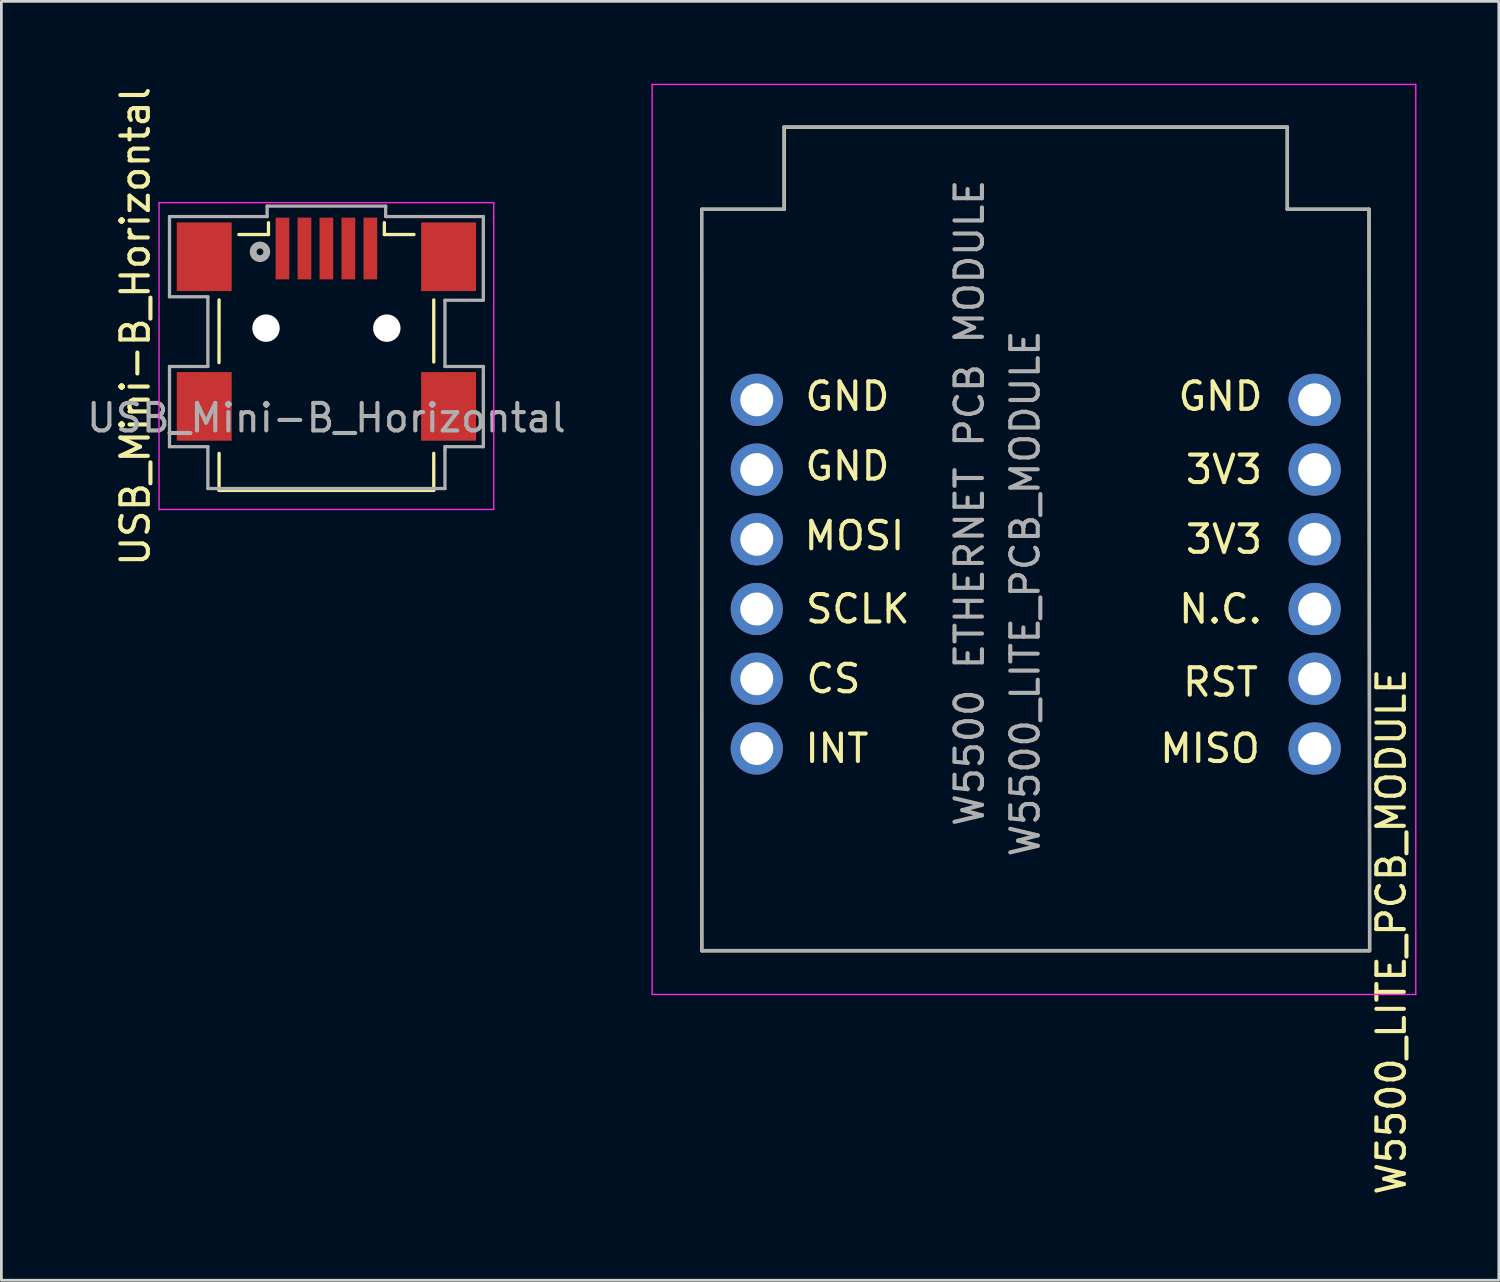
<source format=kicad_pcb>
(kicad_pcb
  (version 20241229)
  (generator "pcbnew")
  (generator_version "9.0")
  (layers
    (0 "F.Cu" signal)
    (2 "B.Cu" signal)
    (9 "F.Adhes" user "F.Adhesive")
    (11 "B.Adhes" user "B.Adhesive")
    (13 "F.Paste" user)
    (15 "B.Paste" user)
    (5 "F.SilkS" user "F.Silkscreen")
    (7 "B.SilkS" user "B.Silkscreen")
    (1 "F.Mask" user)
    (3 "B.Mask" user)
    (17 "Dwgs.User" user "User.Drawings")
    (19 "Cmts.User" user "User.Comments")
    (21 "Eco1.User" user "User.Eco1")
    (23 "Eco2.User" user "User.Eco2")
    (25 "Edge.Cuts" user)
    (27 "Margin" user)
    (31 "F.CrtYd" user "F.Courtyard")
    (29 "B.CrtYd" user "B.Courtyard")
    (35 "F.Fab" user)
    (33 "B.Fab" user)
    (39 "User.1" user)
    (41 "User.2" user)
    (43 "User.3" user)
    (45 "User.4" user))
  (footprint "USB_Mini-B_Horizontal"
    (layer "F.Cu")
    (at 8.839 8.902)
    (property "Reference" "USB_Mini-B_Horizontal" (at -6.96 -0.063 90) (layer "F.SilkS") (effects (font (size 1 1) (thickness 0.15))))
    (attr smd)
    (fp_line (start -3.912 1.258) (end -3.91 -1.028) (stroke (width 0.12) (type solid)) (layer "F.SilkS"))
    (fp_line (start -3.91 5.91) (end -3.91 4.56) (stroke (width 0.12) (type solid)) (layer "F.SilkS"))
    (fp_line (start -3.19 -3.41) (end -2.11 -3.41) (stroke (width 0.12) (type solid)) (layer "F.SilkS"))
    (fp_line (start -2.11 -3.41) (end -2.11 -3.84) (stroke (width 0.12) (type solid)) (layer "F.SilkS"))
    (fp_line (start 2.11 -3.41) (end 2.11 -3.84) (stroke (width 0.12) (type solid)) (layer "F.SilkS"))
    (fp_line (start 2.11 -3.41) (end 3.19 -3.41) (stroke (width 0.12) (type solid)) (layer "F.SilkS"))
    (fp_line (start 3.91 1.233) (end 3.91 -1.028) (stroke (width 0.12) (type solid)) (layer "F.SilkS"))
    (fp_line (start 3.91 5.91) (end -3.91 5.91) (stroke (width 0.12) (type solid)) (layer "F.SilkS"))
    (fp_line (start 3.91 5.91) (end 3.91 4.56) (stroke (width 0.12) (type solid)) (layer "F.SilkS"))
    (fp_line (start -6.096 -4.572) (end -2.032 -4.572) (stroke (width 0.05) (type solid)) (layer "F.CrtYd"))
    (fp_line (start -6.096 6.604) (end -6.096 -4.572) (stroke (width 0.05) (type solid)) (layer "F.CrtYd"))
    (fp_line (start -2.032 -4.572) (end 6.096 -4.572) (stroke (width 0.05) (type solid)) (layer "F.CrtYd"))
    (fp_line (start 6.096 -4.572) (end 6.096 -4.064) (stroke (width 0.05) (type solid)) (layer "F.CrtYd"))
    (fp_line (start 6.096 -4.064) (end 6.096 6.604) (stroke (width 0.05) (type solid)) (layer "F.CrtYd"))
    (fp_line (start 6.096 6.604) (end -6.096 6.604) (stroke (width 0.05) (type solid)) (layer "F.CrtYd"))
    (fp_line (start -5.715 -4.064) (end -5.715 -1.143) (stroke (width 0.12) (type solid)) (layer "F.Fab"))
    (fp_line (start -5.715 -4.064) (end -2.159 -4.064) (stroke (width 0.12) (type solid)) (layer "F.Fab"))
    (fp_line (start -5.715 -1.143) (end -4.318 -1.143) (stroke (width 0.12) (type solid)) (layer "F.Fab"))
    (fp_line (start -5.715 1.397) (end -5.715 4.318) (stroke (width 0.12) (type solid)) (layer "F.Fab"))
    (fp_line (start -5.715 4.318) (end -4.318 4.318) (stroke (width 0.12) (type solid)) (layer "F.Fab"))
    (fp_line (start -4.318 -1.143) (end -4.318 1.397) (stroke (width 0.12) (type solid)) (layer "F.Fab"))
    (fp_line (start -4.318 1.397) (end -5.715 1.397) (stroke (width 0.12) (type solid)) (layer "F.Fab"))
    (fp_line (start -4.318 4.318) (end -4.318 5.842) (stroke (width 0.12) (type solid)) (layer "F.Fab"))
    (fp_line (start -4.318 5.842) (end 3.85 5.842) (stroke (width 0.12) (type solid)) (layer "F.Fab"))
    (fp_line (start -2.159 -4.445) (end 2.159 -4.445) (stroke (width 0.12) (type solid)) (layer "F.Fab"))
    (fp_line (start -2.159 -4.064) (end -2.159 -4.445) (stroke (width 0.12) (type solid)) (layer "F.Fab"))
    (fp_line (start 2.159 -4.445) (end 2.159 -4.064) (stroke (width 0.12) (type solid)) (layer "F.Fab"))
    (fp_line (start 2.159 -4.064) (end 5.715 -4.064) (stroke (width 0.12) (type solid)) (layer "F.Fab"))
    (fp_line (start 3.85 5.842) (end 4.318 5.842) (stroke (width 0.12) (type solid)) (layer "F.Fab"))
    (fp_line (start 4.318 -1.016) (end 5.715 -1.016) (stroke (width 0.12) (type solid)) (layer "F.Fab"))
    (fp_line (start 4.318 1.397) (end 4.318 -1.016) (stroke (width 0.12) (type solid)) (layer "F.Fab"))
    (fp_line (start 4.318 4.318) (end 5.715 4.318) (stroke (width 0.12) (type solid)) (layer "F.Fab"))
    (fp_line (start 4.318 4.445) (end 4.318 4.318) (stroke (width 0.12) (type solid)) (layer "F.Fab"))
    (fp_line (start 4.318 5.842) (end 4.318 4.445) (stroke (width 0.12) (type solid)) (layer "F.Fab"))
    (fp_line (start 5.715 -1.016) (end 5.715 -4.064) (stroke (width 0.12) (type solid)) (layer "F.Fab"))
    (fp_line (start 5.715 1.397) (end 4.318 1.397) (stroke (width 0.12) (type solid)) (layer "F.Fab"))
    (fp_line (start 5.715 4.318) (end 5.715 1.397) (stroke (width 0.12) (type solid)) (layer "F.Fab"))
    (fp_circle (center -2.42 -2.78) (end -2.297 -2.78) (stroke (width 0.25) (type solid)) (fill no) (layer "F.Fab"))
    (fp_text user "${REFERENCE}" (at 0 3.27 180) (layer "F.Fab") (effects (font (size 1 1) (thickness 0.15))))
    (pad "" np_thru_hole circle (at -2.2 0) (size 1 1) (drill 1) (layers "*.Cu" "*.Mask"))
    (pad "" np_thru_hole circle (at 2.2 0) (size 1 1) (drill 1) (layers "*.Cu" "*.Mask"))
    (pad "1" smd rect (at -1.6 -2.9) (size 0.5 2.25) (layers "F.Cu" "F.Mask" "F.Paste"))
    (pad "2" smd rect (at -0.8 -2.9) (size 0.5 2.25) (layers "F.Cu" "F.Mask" "F.Paste"))
    (pad "3" smd rect (at 0 -2.9) (size 0.5 2.25) (layers "F.Cu" "F.Mask" "F.Paste"))
    (pad "4" smd rect (at 0.8 -2.9) (size 0.5 2.25) (layers "F.Cu" "F.Mask" "F.Paste"))
    (pad "5" smd rect (at 1.6 -2.9) (size 0.5 2.25) (layers "F.Cu" "F.Mask" "F.Paste"))
    (pad "6" smd rect (at -4.45 -2.6) (size 2 2.5) (layers "F.Cu" "F.Mask" "F.Paste"))
    (pad "6" smd rect (at -4.45 2.85) (size 2 2.5) (layers "F.Cu" "F.Mask" "F.Paste"))
    (pad "6" smd rect (at 4.45 -2.6) (size 2 2.5) (layers "F.Cu" "F.Mask" "F.Paste"))
    (pad "6" smd rect (at 4.45 2.85) (size 2 2.5) (layers "F.Cu" "F.Mask" "F.Paste")))
  (footprint "W5500_LITE_PCB_MODULE"
    (layer "F.Cu")
    (at 34.674 18.059)
    (property "Reference" "W5500_LITE_PCB_MODULE" (at 12.954 12.827 90) (layer "F.SilkS") (effects (font (size 1 1) (thickness 0.15))))
    (attr through_hole)
    (fp_line (start -12.16 13.523) (end -12.167 -13.487) (stroke (width 0.12) (type solid)) (layer "F.SilkS"))
    (fp_line (start -9.16 -13.487) (end -12.167 -13.487) (stroke (width 0.12) (type solid)) (layer "F.SilkS"))
    (fp_line (start -9.16 -13.487) (end -9.16 -16.459) (stroke (width 0.12) (type solid)) (layer "F.SilkS"))
    (fp_line (start 9.16 -16.477) (end -9.16 -16.477) (stroke (width 0.12) (type solid)) (layer "F.SilkS"))
    (fp_line (start 9.16 -13.487) (end 9.16 -16.434) (stroke (width 0.12) (type solid)) (layer "F.SilkS"))
    (fp_line (start 9.16 -13.487) (end 12.141 -13.487) (stroke (width 0.12) (type solid)) (layer "F.SilkS"))
    (fp_line (start 12.16 13.523) (end -12.16 13.523) (stroke (width 0.12) (type solid)) (layer "F.SilkS"))
    (fp_line (start 12.16 13.523) (end 12.141 -13.487) (stroke (width 0.12) (type solid)) (layer "F.SilkS"))
    (fp_line (start -13.97 -18.034) (end -13.97 15.113) (stroke (width 0.05) (type solid)) (layer "F.CrtYd"))
    (fp_line (start -13.97 15.113) (end 13.843 15.113) (stroke (width 0.05) (type solid)) (layer "F.CrtYd"))
    (fp_line (start 13.843 -18.034) (end -13.97 -18.034) (stroke (width 0.05) (type solid)) (layer "F.CrtYd"))
    (fp_line (start 13.843 15.113) (end 13.843 -18.034) (stroke (width 0.05) (type solid)) (layer "F.CrtYd"))
    (fp_line (start -12.167 13.513) (end -12.167 -13.437) (stroke (width 0.12) (type solid)) (layer "F.Fab"))
    (fp_line (start -12.167 13.513) (end 12.141 13.513) (stroke (width 0.12) (type solid)) (layer "F.Fab"))
    (fp_line (start -9.169 -16.485) (end -9.169 -13.487) (stroke (width 0.12) (type solid)) (layer "F.Fab"))
    (fp_line (start -9.169 -13.487) (end -12.167 -13.487) (stroke (width 0.12) (type solid)) (layer "F.Fab"))
    (fp_line (start 9.169 -16.485) (end -9.169 -16.485) (stroke (width 0.12) (type solid)) (layer "F.Fab"))
    (fp_line (start 9.169 -13.487) (end 9.169 -16.485) (stroke (width 0.12) (type solid)) (layer "F.Fab"))
    (fp_line (start 12.141 -13.487) (end 9.169 -13.487) (stroke (width 0.12) (type solid)) (layer "F.Fab"))
    (fp_line (start 12.167 13.513) (end 12.141 -13.487) (stroke (width 0.12) (type solid)) (layer "F.Fab"))
    (fp_text user "3V3" (at 6.858 -4.006 0) (layer "F.SilkS") (effects (font (size 1 1) (thickness 0.15))))
    (fp_text user "SCLK" (at -6.477 1.073 0) (layer "F.SilkS") (effects (font (size 1 1) (thickness 0.15))))
    (fp_text user "3V3" (at 6.858 -1.466 0) (layer "F.SilkS") (effects (font (size 1 1) (thickness 0.15))))
    (fp_text user "MISO" (at 6.35 6.154 0) (layer "F.SilkS") (effects (font (size 1 1) (thickness 0.15))))
    (fp_text user "INT" (at -7.239 6.154 0) (layer "F.SilkS") (effects (font (size 1 1) (thickness 0.15))))
    (fp_text user "GND" (at 6.731 -6.673 0) (layer "F.SilkS") (effects (font (size 1 1) (thickness 0.15))))
    (fp_text user "CS" (at -7.366 3.614 0) (layer "F.SilkS") (effects (font (size 1 1) (thickness 0.15))))
    (fp_text user "N.C." (at 6.731 1.073 0) (layer "F.SilkS") (effects (font (size 1 1) (thickness 0.15))))
    (fp_text user "RST" (at 6.731 3.74 0) (layer "F.SilkS") (effects (font (size 1 1) (thickness 0.15))))
    (fp_text user "GND" (at -6.858 -6.673 0) (layer "F.SilkS") (effects (font (size 1 1) (thickness 0.15))))
    (fp_text user "MOSI" (at -6.604 -1.593 0) (layer "F.SilkS") (effects (font (size 1 1) (thickness 0.15))))
    (fp_text user "GND" (at -6.858 -4.133 0) (layer "F.SilkS") (effects (font (size 1 1) (thickness 0.15))))
    (fp_text user "W5500 ETHERNET PCB MODULE" (at -2.413 -2.794 270) (layer "F.Fab") (effects (font (size 1 1) (thickness 0.15))))
    (fp_text user "${REFERENCE}" (at -0.381 0.508 90) (layer "F.Fab") (effects (font (size 1 1) (thickness 0.15))))
    (pad "1" thru_hole circle (at -10.16 -6.546) (size 1.9 1.9) (drill 1.2) (layers "*.Cu" "*.Mask"))
    (pad "2" thru_hole circle (at -10.16 -4.006) (size 1.9 1.9) (drill 1.2) (layers "*.Cu" "*.Mask"))
    (pad "3" thru_hole circle (at -10.16 -1.466) (size 1.9 1.9) (drill 1.2) (layers "*.Cu" "*.Mask"))
    (pad "4" thru_hole circle (at -10.16 1.073) (size 1.9 1.9) (drill 1.2) (layers "*.Cu" "*.Mask"))
    (pad "5" thru_hole circle (at -10.16 3.614) (size 1.9 1.9) (drill 1.2) (layers "*.Cu" "*.Mask"))
    (pad "6" thru_hole circle (at -10.16 6.154) (size 1.9 1.9) (drill 1.2) (layers "*.Cu" "*.Mask"))
    (pad "7" thru_hole circle (at 10.16 6.154) (size 1.9 1.9) (drill 1.2) (layers "*.Cu" "*.Mask"))
    (pad "8" thru_hole circle (at 10.16 3.614) (size 1.9 1.9) (drill 1.2) (layers "*.Cu" "*.Mask"))
    (pad "9" thru_hole circle (at 10.16 1.073) (size 1.9 1.9) (drill 1.2) (layers "*.Cu" "*.Mask"))
    (pad "10" thru_hole circle (at 10.16 -1.466) (size 1.9 1.9) (drill 1.2) (layers "*.Cu" "*.Mask"))
    (pad "11" thru_hole circle (at 10.16 -4.006) (size 1.9 1.9) (drill 1.2) (layers "*.Cu" "*.Mask"))
    (pad "12" thru_hole circle (at 10.16 -6.546) (size 1.9 1.9) (drill 1.2) (layers "*.Cu" "*.Mask")))
  (gr_rect
    (start -3 -3)
    (end 51.542 43.582)
    (stroke (width 0.1) (type default))
    (fill no)
    (layer "Edge.Cuts")))
</source>
